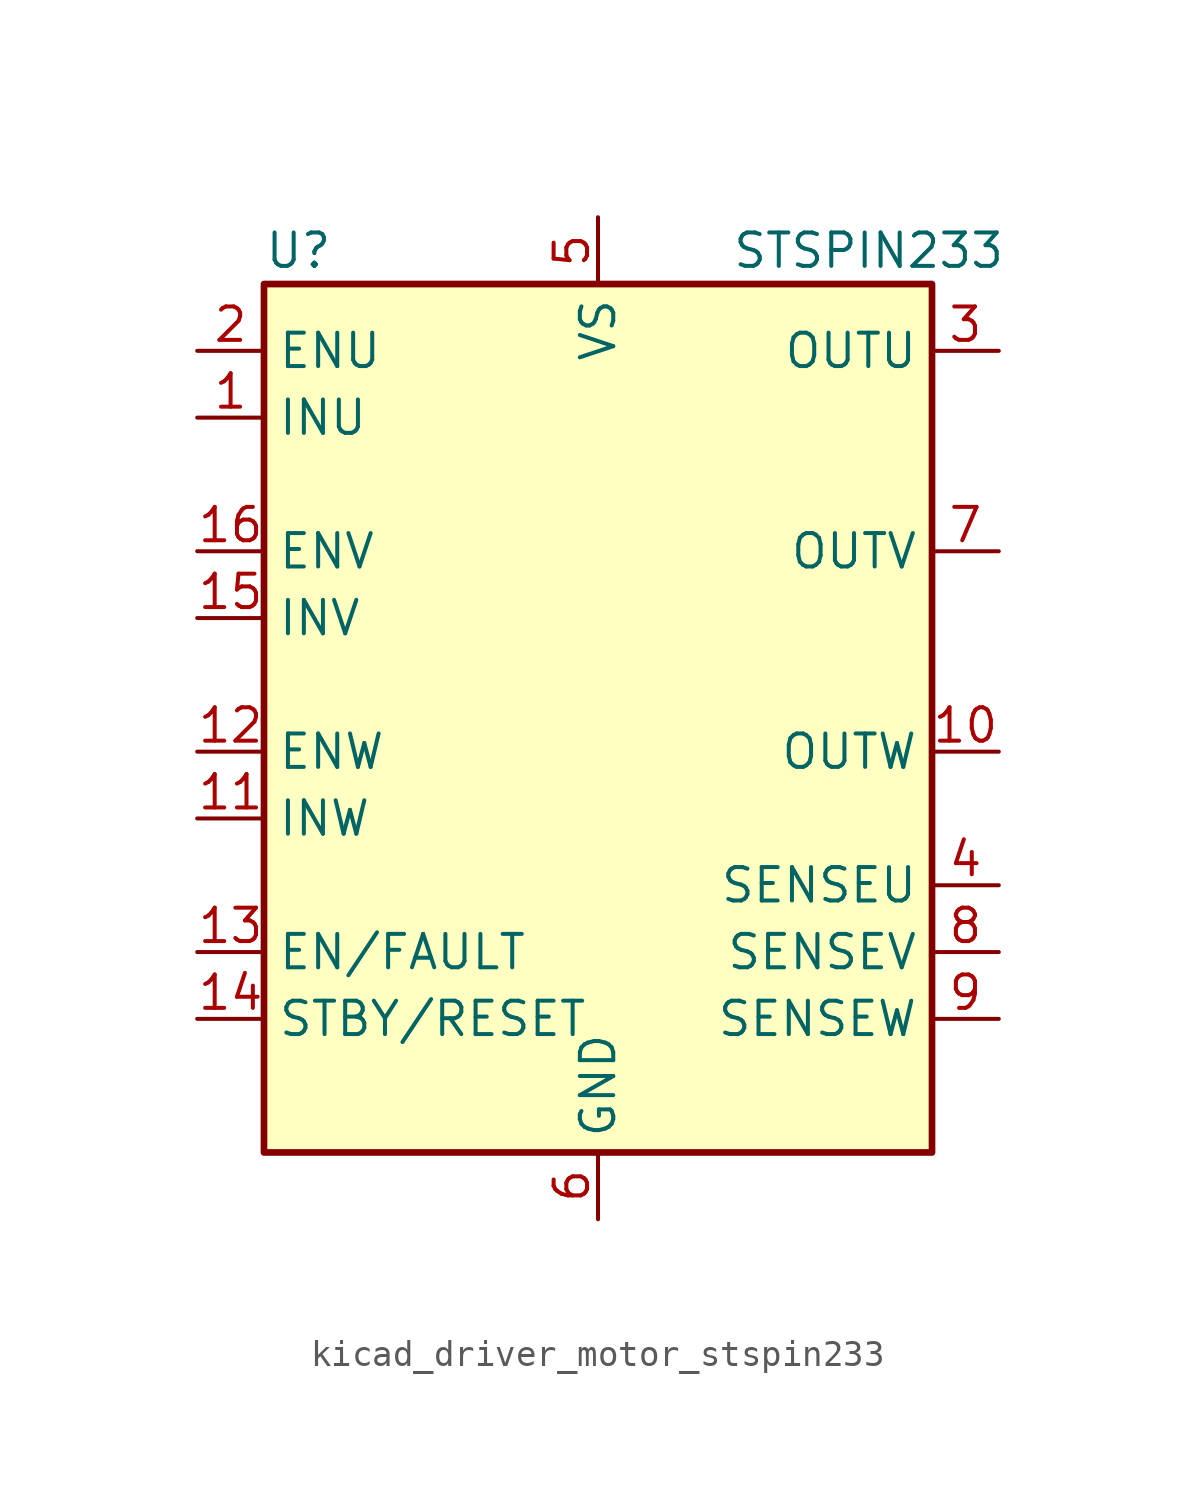
<source format=kicad_sym>
(kicad_symbol_lib
  (version 20220914)
  (generator kicad_symbol_editor)
  (symbol "kicad_driver_motor_stspin233"
    (property "Reference" "U"
      (at -12.7 16.51 0)
      (effects (font (size 1.27 1.27)) (justify left)))
    (property "Value" "STSPIN233"
      (at 5.08 16.51 0)
      (effects (font (size 1.27 1.27)) (justify left)))
    (symbol "kicad_driver_motor_stspin233_0_1"
      (rectangle (start -12.7 15.24) (end 12.7 -17.78) (stroke (width 0.254) (type default)) (fill (type background))))
    (symbol "kicad_driver_motor_stspin233_1_1"
      (pin input line (at -15.24 10.16 0) (length 2.54) (name "INU" (effects (font (size 1.27 1.27)))) (number "1" (effects (font (size 1.27 1.27)))))
      (pin power_out line (at 15.24 -2.54 180) (length 2.54) (name "OUTW" (effects (font (size 1.27 1.27)))) (number "10" (effects (font (size 1.27 1.27)))))
      (pin input line (at -15.24 -5.08 0) (length 2.54) (name "INW" (effects (font (size 1.27 1.27)))) (number "11" (effects (font (size 1.27 1.27)))))
      (pin input line (at -15.24 -2.54 0) (length 2.54) (name "ENW" (effects (font (size 1.27 1.27)))) (number "12" (effects (font (size 1.27 1.27)))))
      (pin bidirectional line (at -15.24 -10.16 0) (length 2.54) (name "EN/FAULT" (effects (font (size 1.27 1.27)))) (number "13" (effects (font (size 1.27 1.27)))))
      (pin input line (at -15.24 -12.7 0) (length 2.54) (name "STBY/RESET" (effects (font (size 1.27 1.27)))) (number "14" (effects (font (size 1.27 1.27)))))
      (pin input line (at -15.24 2.54 0) (length 2.54) (name "INV" (effects (font (size 1.27 1.27)))) (number "15" (effects (font (size 1.27 1.27)))))
      (pin input line (at -15.24 5.08 0) (length 2.54) (name "ENV" (effects (font (size 1.27 1.27)))) (number "16" (effects (font (size 1.27 1.27)))))
      (pin passive line (at 0 -20.32 90) (length 2.54) hide (name "GND" (effects (font (size 1.27 1.27)))) (number "17" (effects (font (size 1.27 1.27)))))
      (pin input line (at -15.24 12.7 0) (length 2.54) (name "ENU" (effects (font (size 1.27 1.27)))) (number "2" (effects (font (size 1.27 1.27)))))
      (pin power_out line (at 15.24 12.7 180) (length 2.54) (name "OUTU" (effects (font (size 1.27 1.27)))) (number "3" (effects (font (size 1.27 1.27)))))
      (pin input line (at 15.24 -7.62 180) (length 2.54) (name "SENSEU" (effects (font (size 1.27 1.27)))) (number "4" (effects (font (size 1.27 1.27)))))
      (pin power_in line (at 0 17.78 270) (length 2.54) (name "VS" (effects (font (size 1.27 1.27)))) (number "5" (effects (font (size 1.27 1.27)))))
      (pin power_in line (at 0 -20.32 90) (length 2.54) (name "GND" (effects (font (size 1.27 1.27)))) (number "6" (effects (font (size 1.27 1.27)))))
      (pin power_out line (at 15.24 5.08 180) (length 2.54) (name "OUTV" (effects (font (size 1.27 1.27)))) (number "7" (effects (font (size 1.27 1.27)))))
      (pin input line (at 15.24 -10.16 180) (length 2.54) (name "SENSEV" (effects (font (size 1.27 1.27)))) (number "8" (effects (font (size 1.27 1.27)))))
      (pin input line (at 15.24 -12.7 180) (length 2.54) (name "SENSEW" (effects (font (size 1.27 1.27)))) (number "9" (effects (font (size 1.27 1.27))))))))
</source>
